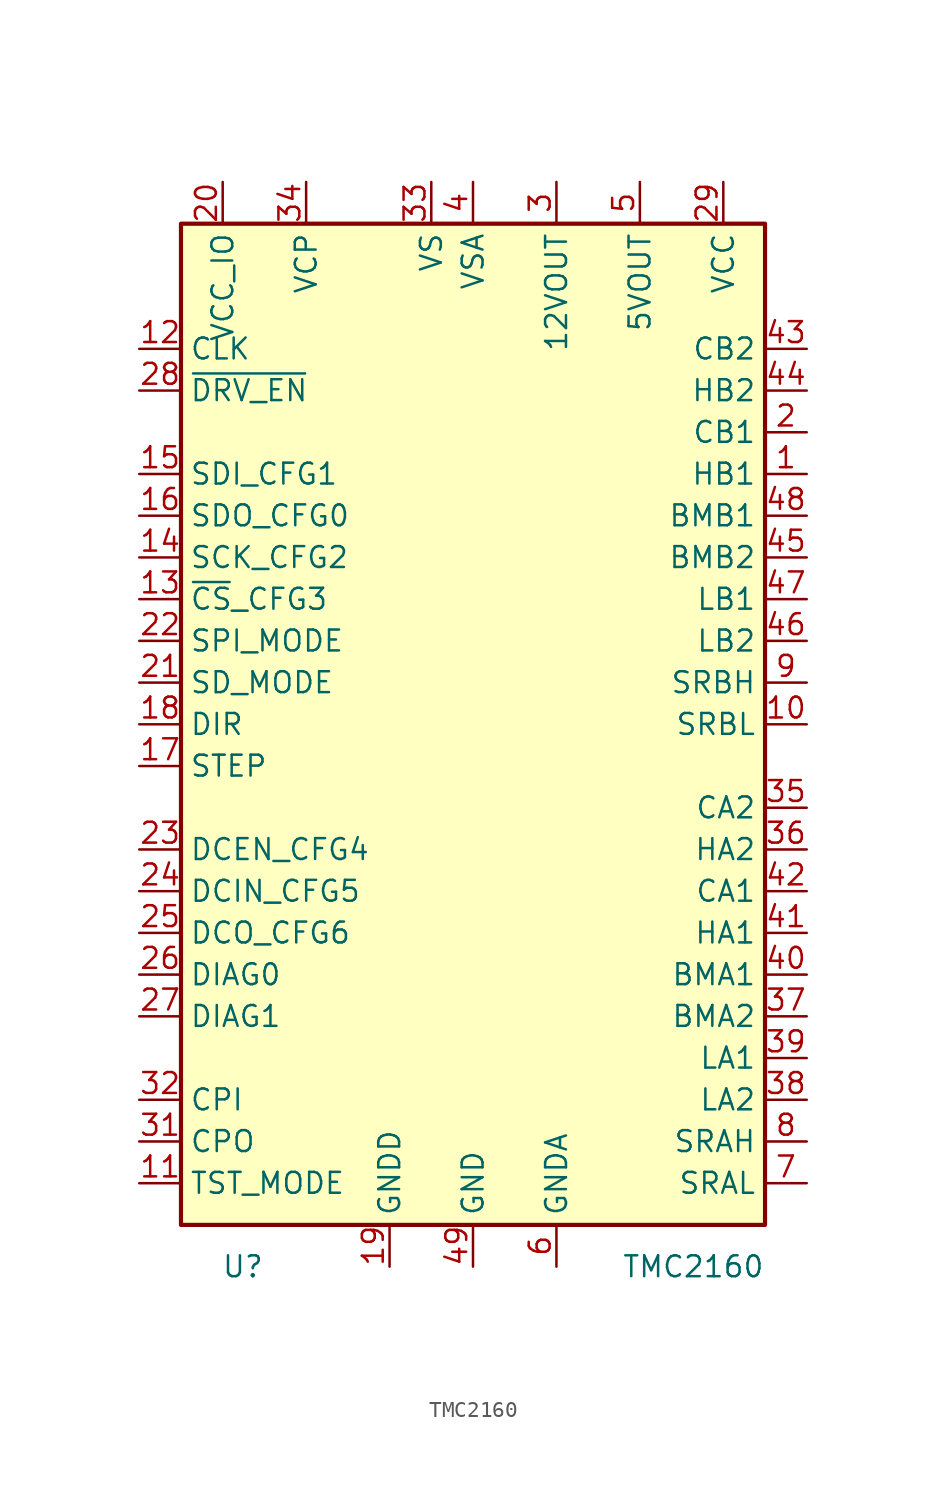
<source format=kicad_sym>
(kicad_symbol_lib
  (version 20231120)
  (generator "kicad_symbol_editor")
  (generator_version "8.0")
  (symbol "TMC2160"
    (property "Reference" "U"
      (at -12.7 -33.02 0)
      (effects (font (size 1.27 1.27)) (justify right)))
    (property "Value" "TMC2160"
      (at 17.78 -33.02 0)
      (effects (font (size 1.27 1.27)) (justify right)))
    (symbol "TMC2160_1_1"
      (rectangle (start -17.78 30.48) (end 17.78 -30.48) (stroke (width 0.254) (type default)) (fill (type background)))
      (pin output line (at 20.32 15.24 180) (length 2.54) (name "HB1" (effects (font (size 1.27 1.27)))) (number "1" (effects (font (size 1.27 1.27)))))
      (pin input line (at 20.32 0 180) (length 2.54) (name "SRBL" (effects (font (size 1.27 1.27)))) (number "10" (effects (font (size 1.27 1.27)))))
      (pin input line (at -20.32 -27.94 0) (length 2.54) (name "TST_MODE" (effects (font (size 1.27 1.27)))) (number "11" (effects (font (size 1.27 1.27)))))
      (pin input line (at -20.32 22.86 0) (length 2.54) (name "CLK" (effects (font (size 1.27 1.27)))) (number "12" (effects (font (size 1.27 1.27)))))
      (pin input line (at -20.32 7.62 0) (length 2.54) (name "~{CS}_CFG3" (effects (font (size 1.27 1.27)))) (number "13" (effects (font (size 1.27 1.27)))))
      (pin input line (at -20.32 10.16 0) (length 2.54) (name "SCK_CFG2" (effects (font (size 1.27 1.27)))) (number "14" (effects (font (size 1.27 1.27)))))
      (pin input line (at -20.32 15.24 0) (length 2.54) (name "SDI_CFG1" (effects (font (size 1.27 1.27)))) (number "15" (effects (font (size 1.27 1.27)))))
      (pin passive line (at -20.32 12.7 0) (length 2.54) (name "SDO_CFG0" (effects (font (size 1.27 1.27)))) (number "16" (effects (font (size 1.27 1.27)))))
      (pin input line (at -20.32 -2.54 0) (length 2.54) (name "STEP" (effects (font (size 1.27 1.27)))) (number "17" (effects (font (size 1.27 1.27)))))
      (pin input line (at -20.32 0 0) (length 2.54) (name "DIR" (effects (font (size 1.27 1.27)))) (number "18" (effects (font (size 1.27 1.27)))))
      (pin power_in line (at -5.08 -33.02 90) (length 2.54) (name "GNDD" (effects (font (size 1.27 1.27)))) (number "19" (effects (font (size 1.27 1.27)))))
      (pin output line (at 20.32 17.78 180) (length 2.54) (name "CB1" (effects (font (size 1.27 1.27)))) (number "2" (effects (font (size 1.27 1.27)))))
      (pin power_in line (at -15.24 33.02 270) (length 2.54) (name "VCC_IO" (effects (font (size 1.27 1.27)))) (number "20" (effects (font (size 1.27 1.27)))))
      (pin input line (at -20.32 2.54 0) (length 2.54) (name "SD_MODE" (effects (font (size 1.27 1.27)))) (number "21" (effects (font (size 1.27 1.27)))))
      (pin input line (at -20.32 5.08 0) (length 2.54) (name "SPI_MODE" (effects (font (size 1.27 1.27)))) (number "22" (effects (font (size 1.27 1.27)))))
      (pin input line (at -20.32 -7.62 0) (length 2.54) (name "DCEN_CFG4" (effects (font (size 1.27 1.27)))) (number "23" (effects (font (size 1.27 1.27)))))
      (pin input line (at -20.32 -10.16 0) (length 2.54) (name "DCIN_CFG5" (effects (font (size 1.27 1.27)))) (number "24" (effects (font (size 1.27 1.27)))))
      (pin output line (at -20.32 -12.7 0) (length 2.54) (name "DCO_CFG6" (effects (font (size 1.27 1.27)))) (number "25" (effects (font (size 1.27 1.27)))))
      (pin output line (at -20.32 -15.24 0) (length 2.54) (name "DIAG0" (effects (font (size 1.27 1.27)))) (number "26" (effects (font (size 1.27 1.27)))))
      (pin output line (at -20.32 -17.78 0) (length 2.54) (name "DIAG1" (effects (font (size 1.27 1.27)))) (number "27" (effects (font (size 1.27 1.27)))))
      (pin input line (at -20.32 20.32 0) (length 2.54) (name "~{DRV_EN}" (effects (font (size 1.27 1.27)))) (number "28" (effects (font (size 1.27 1.27)))))
      (pin power_in line (at 15.24 33.02 270) (length 2.54) (name "VCC" (effects (font (size 1.27 1.27)))) (number "29" (effects (font (size 1.27 1.27)))))
      (pin power_in line (at 5.08 33.02 270) (length 2.54) (name "12VOUT" (effects (font (size 1.27 1.27)))) (number "3" (effects (font (size 1.27 1.27)))))
      (pin passive line (at -5.08 -33.02 90) (length 2.54) hide (name "GNDD" (effects (font (size 1.27 1.27)))) (number "30" (effects (font (size 1.27 1.27)))))
      (pin passive line (at -20.32 -25.4 0) (length 2.54) (name "CPO" (effects (font (size 1.27 1.27)))) (number "31" (effects (font (size 1.27 1.27)))))
      (pin passive line (at -20.32 -22.86 0) (length 2.54) (name "CPI" (effects (font (size 1.27 1.27)))) (number "32" (effects (font (size 1.27 1.27)))))
      (pin power_in line (at -2.54 33.02 270) (length 2.54) (name "VS" (effects (font (size 1.27 1.27)))) (number "33" (effects (font (size 1.27 1.27)))))
      (pin passive line (at -10.16 33.02 270) (length 2.54) (name "VCP" (effects (font (size 1.27 1.27)))) (number "34" (effects (font (size 1.27 1.27)))))
      (pin passive line (at 20.32 -5.08 180) (length 2.54) (name "CA2" (effects (font (size 1.27 1.27)))) (number "35" (effects (font (size 1.27 1.27)))))
      (pin output line (at 20.32 -7.62 180) (length 2.54) (name "HA2" (effects (font (size 1.27 1.27)))) (number "36" (effects (font (size 1.27 1.27)))))
      (pin passive line (at 20.32 -17.78 180) (length 2.54) (name "BMA2" (effects (font (size 1.27 1.27)))) (number "37" (effects (font (size 1.27 1.27)))))
      (pin output line (at 20.32 -22.86 180) (length 2.54) (name "LA2" (effects (font (size 1.27 1.27)))) (number "38" (effects (font (size 1.27 1.27)))))
      (pin output line (at 20.32 -20.32 180) (length 2.54) (name "LA1" (effects (font (size 1.27 1.27)))) (number "39" (effects (font (size 1.27 1.27)))))
      (pin power_in line (at 0 33.02 270) (length 2.54) (name "VSA" (effects (font (size 1.27 1.27)))) (number "4" (effects (font (size 1.27 1.27)))))
      (pin passive line (at 20.32 -15.24 180) (length 2.54) (name "BMA1" (effects (font (size 1.27 1.27)))) (number "40" (effects (font (size 1.27 1.27)))))
      (pin output line (at 20.32 -12.7 180) (length 2.54) (name "HA1" (effects (font (size 1.27 1.27)))) (number "41" (effects (font (size 1.27 1.27)))))
      (pin output line (at 20.32 -10.16 180) (length 2.54) (name "CA1" (effects (font (size 1.27 1.27)))) (number "42" (effects (font (size 1.27 1.27)))))
      (pin passive line (at 20.32 22.86 180) (length 2.54) (name "CB2" (effects (font (size 1.27 1.27)))) (number "43" (effects (font (size 1.27 1.27)))))
      (pin output line (at 20.32 20.32 180) (length 2.54) (name "HB2" (effects (font (size 1.27 1.27)))) (number "44" (effects (font (size 1.27 1.27)))))
      (pin passive line (at 20.32 10.16 180) (length 2.54) (name "BMB2" (effects (font (size 1.27 1.27)))) (number "45" (effects (font (size 1.27 1.27)))))
      (pin output line (at 20.32 5.08 180) (length 2.54) (name "LB2" (effects (font (size 1.27 1.27)))) (number "46" (effects (font (size 1.27 1.27)))))
      (pin output line (at 20.32 7.62 180) (length 2.54) (name "LB1" (effects (font (size 1.27 1.27)))) (number "47" (effects (font (size 1.27 1.27)))))
      (pin passive line (at 20.32 12.7 180) (length 2.54) (name "BMB1" (effects (font (size 1.27 1.27)))) (number "48" (effects (font (size 1.27 1.27)))))
      (pin power_in line (at 0 -33.02 90) (length 2.54) (name "GND" (effects (font (size 1.27 1.27)))) (number "49" (effects (font (size 1.27 1.27)))))
      (pin power_out line (at 10.16 33.02 270) (length 2.54) (name "5VOUT" (effects (font (size 1.27 1.27)))) (number "5" (effects (font (size 1.27 1.27)))))
      (pin power_in line (at 5.08 -33.02 90) (length 2.54) (name "GNDA" (effects (font (size 1.27 1.27)))) (number "6" (effects (font (size 1.27 1.27)))))
      (pin input line (at 20.32 -27.94 180) (length 2.54) (name "SRAL" (effects (font (size 1.27 1.27)))) (number "7" (effects (font (size 1.27 1.27)))))
      (pin input line (at 20.32 -25.4 180) (length 2.54) (name "SRAH" (effects (font (size 1.27 1.27)))) (number "8" (effects (font (size 1.27 1.27)))))
      (pin input line (at 20.32 2.54 180) (length 2.54) (name "SRBH" (effects (font (size 1.27 1.27)))) (number "9" (effects (font (size 1.27 1.27))))))))
</source>
